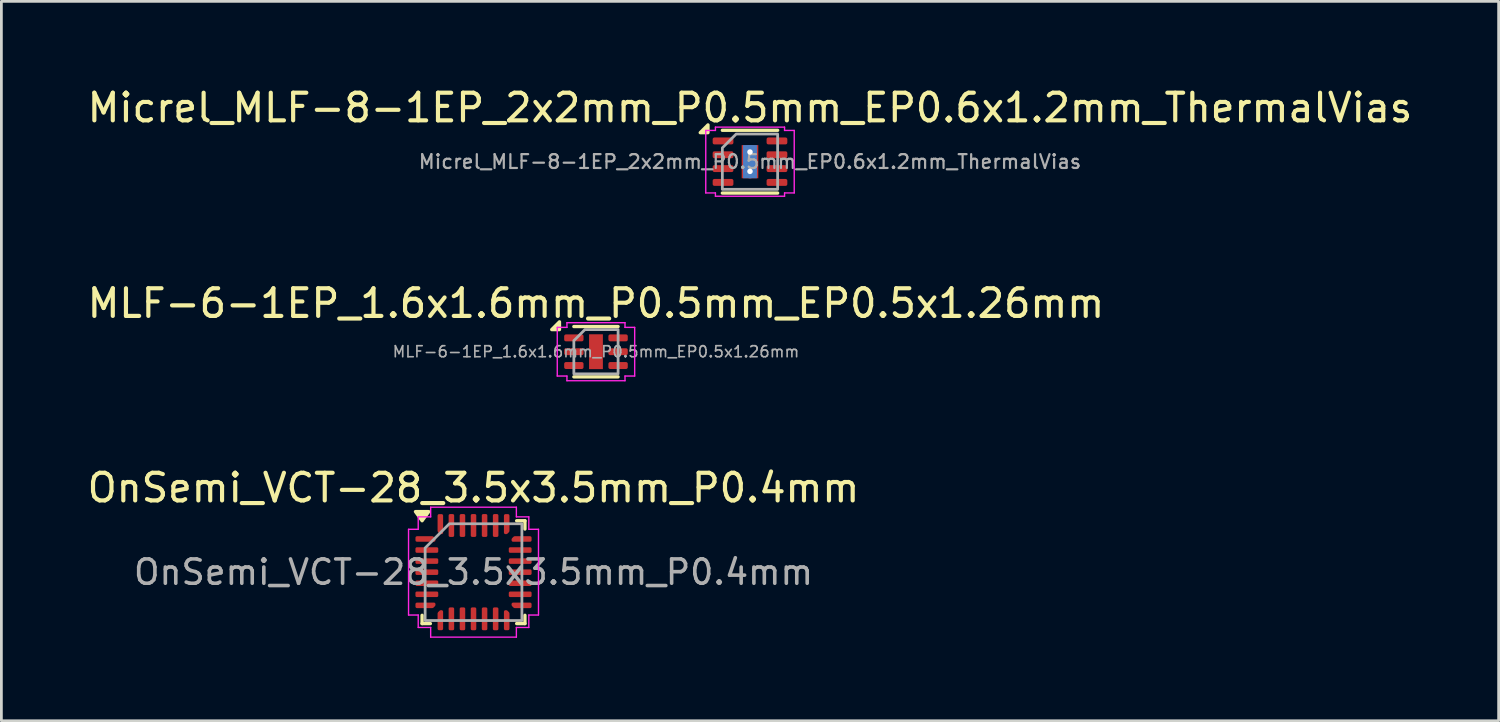
<source format=kicad_pcb>
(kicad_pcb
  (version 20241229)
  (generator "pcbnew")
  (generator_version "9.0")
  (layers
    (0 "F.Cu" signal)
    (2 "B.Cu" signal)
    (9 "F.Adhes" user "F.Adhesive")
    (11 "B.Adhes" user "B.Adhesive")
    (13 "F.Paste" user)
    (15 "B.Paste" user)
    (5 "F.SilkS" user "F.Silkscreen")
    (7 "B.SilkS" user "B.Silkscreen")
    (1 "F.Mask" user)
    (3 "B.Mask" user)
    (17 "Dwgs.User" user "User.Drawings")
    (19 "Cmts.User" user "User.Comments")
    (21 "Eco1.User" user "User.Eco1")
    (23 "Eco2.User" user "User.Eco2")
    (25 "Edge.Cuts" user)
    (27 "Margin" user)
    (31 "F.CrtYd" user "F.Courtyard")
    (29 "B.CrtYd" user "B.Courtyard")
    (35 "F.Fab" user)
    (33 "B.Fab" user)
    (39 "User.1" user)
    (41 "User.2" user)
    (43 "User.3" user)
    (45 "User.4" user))
  (footprint "MLF-6-1EP_1.6x1.6mm_P0.5mm_EP0.5x1.26mm"
    (layer "F.Cu")
    (at 18.506 9.671)
    (property "Reference" "MLF-6-1EP_1.6x1.6mm_P0.5mm_EP0.5x1.26mm" (at 0 -1.75 0) (layer "F.SilkS") (effects (font (size 1 1) (thickness 0.15))))
    (attr smd)
    (fp_line (start -0.8 -0.91) (end 0.8 -0.91) (stroke (width 0.12) (type solid)) (layer "F.SilkS"))
    (fp_line (start -0.8 0.91) (end 0.8 0.91) (stroke (width 0.12) (type solid)) (layer "F.SilkS"))
    (fp_poly (pts (xy -1.32 -0.8) (xy -1.6 -0.8) (xy -1.32 -1.08)) (stroke (width 0.12) (type solid)) (fill yes) (layer "F.SilkS"))
    (fp_line (start -1.4 -0.88) (end -1.05 -0.88) (stroke (width 0.05) (type solid)) (layer "F.CrtYd"))
    (fp_line (start -1.4 0.88) (end -1.4 -0.88) (stroke (width 0.05) (type solid)) (layer "F.CrtYd"))
    (fp_line (start -1.05 -1.05) (end 1.05 -1.05) (stroke (width 0.05) (type solid)) (layer "F.CrtYd"))
    (fp_line (start -1.05 -0.88) (end -1.05 -1.05) (stroke (width 0.05) (type solid)) (layer "F.CrtYd"))
    (fp_line (start -1.05 0.88) (end -1.4 0.88) (stroke (width 0.05) (type solid)) (layer "F.CrtYd"))
    (fp_line (start -1.05 1.05) (end -1.05 0.88) (stroke (width 0.05) (type solid)) (layer "F.CrtYd"))
    (fp_line (start 1.05 -1.05) (end 1.05 -0.88) (stroke (width 0.05) (type solid)) (layer "F.CrtYd"))
    (fp_line (start 1.05 -0.88) (end 1.4 -0.88) (stroke (width 0.05) (type solid)) (layer "F.CrtYd"))
    (fp_line (start 1.05 0.88) (end 1.05 1.05) (stroke (width 0.05) (type solid)) (layer "F.CrtYd"))
    (fp_line (start 1.05 1.05) (end -1.05 1.05) (stroke (width 0.05) (type solid)) (layer "F.CrtYd"))
    (fp_line (start 1.4 -0.88) (end 1.4 0.88) (stroke (width 0.05) (type solid)) (layer "F.CrtYd"))
    (fp_line (start 1.4 0.88) (end 1.05 0.88) (stroke (width 0.05) (type solid)) (layer "F.CrtYd"))
    (fp_poly (pts (xy -0.8 -0.4) (xy -0.8 0.8) (xy 0.8 0.8) (xy 0.8 -0.8) (xy -0.4 -0.8)) (stroke (width 0.1) (type solid)) (fill no) (layer "F.Fab"))
    (fp_text user "${REFERENCE}" (at 0 0 0) (layer "F.Fab") (effects (font (size 0.4 0.4) (thickness 0.06))))
    (pad "" smd roundrect (at 0 -0.315) (size 0.4 0.51) (layers "F.Paste") (roundrect_rratio 0.25))
    (pad "" smd roundrect (at 0 0.315) (size 0.4 0.51) (layers "F.Paste") (roundrect_rratio 0.25))
    (pad "1" smd roundrect (at -0.8 -0.5) (size 0.7 0.25) (layers "F.Cu" "F.Mask" "F.Paste") (roundrect_rratio 0.25))
    (pad "2" smd roundrect (at -0.8 0) (size 0.7 0.25) (layers "F.Cu" "F.Mask" "F.Paste") (roundrect_rratio 0.25))
    (pad "3" smd roundrect (at -0.8 0.5) (size 0.7 0.25) (layers "F.Cu" "F.Mask" "F.Paste") (roundrect_rratio 0.25))
    (pad "4" smd roundrect (at 0.8 0.5) (size 0.7 0.25) (layers "F.Cu" "F.Mask" "F.Paste") (roundrect_rratio 0.25))
    (pad "5" smd roundrect (at 0.8 0) (size 0.7 0.25) (layers "F.Cu" "F.Mask" "F.Paste") (roundrect_rratio 0.25))
    (pad "6" smd roundrect (at 0.8 -0.5) (size 0.7 0.25) (layers "F.Cu" "F.Mask" "F.Paste") (roundrect_rratio 0.25))
    (pad "7" smd rect (at 0 0) (size 0.5 1.26) (property pad_prop_heatsink) (layers "F.Cu" "F.Mask")))
  (footprint "Micrel_MLF-8-1EP_2x2mm_P0.5mm_EP0.6x1.2mm_ThermalVias"
    (layer "F.Cu")
    (at 24.077 2.798)
    (property "Reference" "Micrel_MLF-8-1EP_2x2mm_P0.5mm_EP0.6x1.2mm_ThermalVias" (at 0 -1.95 0) (layer "F.SilkS") (effects (font (size 1 1) (thickness 0.15))))
    (attr smd)
    (fp_line (start -1 -1.135) (end 1 -1.135) (stroke (width 0.12) (type solid)) (layer "F.SilkS"))
    (fp_line (start -1 1.135) (end 1 1.135) (stroke (width 0.12) (type solid)) (layer "F.SilkS"))
    (fp_poly (pts (xy -1.52 -1.05) (xy -1.8 -1.05) (xy -1.52 -1.33)) (stroke (width 0.12) (type solid)) (fill yes) (layer "F.SilkS"))
    (fp_line (start -1.6 -1.13) (end -1.25 -1.13) (stroke (width 0.05) (type solid)) (layer "F.CrtYd"))
    (fp_line (start -1.6 1.13) (end -1.6 -1.13) (stroke (width 0.05) (type solid)) (layer "F.CrtYd"))
    (fp_line (start -1.25 -1.25) (end 1.25 -1.25) (stroke (width 0.05) (type solid)) (layer "F.CrtYd"))
    (fp_line (start -1.25 -1.13) (end -1.25 -1.25) (stroke (width 0.05) (type solid)) (layer "F.CrtYd"))
    (fp_line (start -1.25 1.13) (end -1.6 1.13) (stroke (width 0.05) (type solid)) (layer "F.CrtYd"))
    (fp_line (start -1.25 1.25) (end -1.25 1.13) (stroke (width 0.05) (type solid)) (layer "F.CrtYd"))
    (fp_line (start 1.25 -1.25) (end 1.25 -1.13) (stroke (width 0.05) (type solid)) (layer "F.CrtYd"))
    (fp_line (start 1.25 -1.13) (end 1.6 -1.13) (stroke (width 0.05) (type solid)) (layer "F.CrtYd"))
    (fp_line (start 1.25 1.13) (end 1.25 1.25) (stroke (width 0.05) (type solid)) (layer "F.CrtYd"))
    (fp_line (start 1.25 1.25) (end -1.25 1.25) (stroke (width 0.05) (type solid)) (layer "F.CrtYd"))
    (fp_line (start 1.6 -1.13) (end 1.6 1.13) (stroke (width 0.05) (type solid)) (layer "F.CrtYd"))
    (fp_line (start 1.6 1.13) (end 1.25 1.13) (stroke (width 0.05) (type solid)) (layer "F.CrtYd"))
    (fp_poly (pts (xy -1 -0.5) (xy -1 1) (xy 1 1) (xy 1 -1) (xy -0.5 -1)) (stroke (width 0.1) (type solid)) (fill no) (layer "F.Fab"))
    (fp_text user "${REFERENCE}" (at 0 0 0) (layer "F.Fab") (effects (font (size 0.5 0.5) (thickness 0.08))))
    (pad "" smd roundrect (at -0.15 -0.3) (size 0.24 0.48) (layers "F.Paste") (roundrect_rratio 0.25))
    (pad "" smd roundrect (at -0.15 0.3) (size 0.24 0.48) (layers "F.Paste") (roundrect_rratio 0.25))
    (pad "" smd roundrect (at 0.15 -0.3) (size 0.24 0.48) (layers "F.Paste") (roundrect_rratio 0.25))
    (pad "" smd roundrect (at 0.15 0.3) (size 0.24 0.48) (layers "F.Paste") (roundrect_rratio 0.25))
    (pad "1" smd roundrect (at -0.975 -0.75) (size 0.75 0.25) (layers "F.Cu" "F.Mask" "F.Paste") (roundrect_rratio 0.25))
    (pad "2" smd roundrect (at -0.975 -0.25) (size 0.75 0.25) (layers "F.Cu" "F.Mask" "F.Paste") (roundrect_rratio 0.25))
    (pad "3" smd roundrect (at -0.975 0.25) (size 0.75 0.25) (layers "F.Cu" "F.Mask" "F.Paste") (roundrect_rratio 0.25))
    (pad "4" smd roundrect (at -0.975 0.75) (size 0.75 0.25) (layers "F.Cu" "F.Mask" "F.Paste") (roundrect_rratio 0.25))
    (pad "5" smd roundrect (at 0.975 0.75) (size 0.75 0.25) (layers "F.Cu" "F.Mask" "F.Paste") (roundrect_rratio 0.25))
    (pad "6" smd roundrect (at 0.975 0.25) (size 0.75 0.25) (layers "F.Cu" "F.Mask" "F.Paste") (roundrect_rratio 0.25))
    (pad "7" smd roundrect (at 0.975 -0.25) (size 0.75 0.25) (layers "F.Cu" "F.Mask" "F.Paste") (roundrect_rratio 0.25))
    (pad "8" smd roundrect (at 0.975 -0.75) (size 0.75 0.25) (layers "F.Cu" "F.Mask" "F.Paste") (roundrect_rratio 0.25))
    (pad "9" thru_hole circle (at 0 -0.35) (size 0.5 0.5) (drill 0.2) (property pad_prop_heatsink) (layers "*.Cu"))
    (pad "9" smd rect (at 0 0) (size 0.5 1.2) (property pad_prop_heatsink) (layers "B.Cu"))
    (pad "9" smd rect (at 0 0) (size 0.6 1.2) (property pad_prop_heatsink) (layers "F.Cu" "F.Mask"))
    (pad "9" thru_hole circle (at 0 0.35) (size 0.5 0.5) (drill 0.2) (property pad_prop_heatsink) (layers "*.Cu")))
  (footprint "OnSemi_VCT-28_3.5x3.5mm_P0.4mm"
    (layer "F.Cu")
    (at 14.077 17.645)
    (property "Reference" "OnSemi_VCT-28_3.5x3.5mm_P0.4mm" (at 0 -3.05 0) (layer "F.SilkS") (effects (font (size 1 1) (thickness 0.15))))
    (attr smd)
    (fp_line (start -1.86 1.86) (end -1.86 1.56) (stroke (width 0.12) (type solid)) (layer "F.SilkS"))
    (fp_line (start -1.56 1.86) (end -1.86 1.86) (stroke (width 0.12) (type solid)) (layer "F.SilkS"))
    (fp_line (start 1.56 -1.86) (end 1.86 -1.86) (stroke (width 0.12) (type solid)) (layer "F.SilkS"))
    (fp_line (start 1.56 1.86) (end 1.86 1.86) (stroke (width 0.12) (type solid)) (layer "F.SilkS"))
    (fp_line (start 1.86 -1.86) (end 1.86 -1.56) (stroke (width 0.12) (type solid)) (layer "F.SilkS"))
    (fp_line (start 1.86 1.86) (end 1.86 1.56) (stroke (width 0.12) (type solid)) (layer "F.SilkS"))
    (fp_poly (pts (xy -1.86 -1.86) (xy -2.1 -2.19) (xy -1.62 -2.19)) (stroke (width 0.12) (type solid)) (fill yes) (layer "F.SilkS"))
    (fp_line (start -2.35 -1.55) (end -2 -1.55) (stroke (width 0.05) (type solid)) (layer "F.CrtYd"))
    (fp_line (start -2.35 1.55) (end -2.35 -1.55) (stroke (width 0.05) (type solid)) (layer "F.CrtYd"))
    (fp_line (start -2 -2) (end -1.55 -2) (stroke (width 0.05) (type solid)) (layer "F.CrtYd"))
    (fp_line (start -2 -1.55) (end -2 -2) (stroke (width 0.05) (type solid)) (layer "F.CrtYd"))
    (fp_line (start -2 1.55) (end -2.35 1.55) (stroke (width 0.05) (type solid)) (layer "F.CrtYd"))
    (fp_line (start -2 2) (end -2 1.55) (stroke (width 0.05) (type solid)) (layer "F.CrtYd"))
    (fp_line (start -1.55 -2.35) (end 1.55 -2.35) (stroke (width 0.05) (type solid)) (layer "F.CrtYd"))
    (fp_line (start -1.55 -2) (end -1.55 -2.35) (stroke (width 0.05) (type solid)) (layer "F.CrtYd"))
    (fp_line (start -1.55 2) (end -2 2) (stroke (width 0.05) (type solid)) (layer "F.CrtYd"))
    (fp_line (start -1.55 2.35) (end -1.55 2) (stroke (width 0.05) (type solid)) (layer "F.CrtYd"))
    (fp_line (start 1.55 -2.35) (end 1.55 -2) (stroke (width 0.05) (type solid)) (layer "F.CrtYd"))
    (fp_line (start 1.55 -2) (end 2 -2) (stroke (width 0.05) (type solid)) (layer "F.CrtYd"))
    (fp_line (start 1.55 2) (end 1.55 2.35) (stroke (width 0.05) (type solid)) (layer "F.CrtYd"))
    (fp_line (start 1.55 2.35) (end -1.55 2.35) (stroke (width 0.05) (type solid)) (layer "F.CrtYd"))
    (fp_line (start 2 -2) (end 2 -1.55) (stroke (width 0.05) (type solid)) (layer "F.CrtYd"))
    (fp_line (start 2 -1.55) (end 2.35 -1.55) (stroke (width 0.05) (type solid)) (layer "F.CrtYd"))
    (fp_line (start 2 1.55) (end 2 2) (stroke (width 0.05) (type solid)) (layer "F.CrtYd"))
    (fp_line (start 2 2) (end 1.55 2) (stroke (width 0.05) (type solid)) (layer "F.CrtYd"))
    (fp_line (start 2.35 -1.55) (end 2.35 1.55) (stroke (width 0.05) (type solid)) (layer "F.CrtYd"))
    (fp_line (start 2.35 1.55) (end 2 1.55) (stroke (width 0.05) (type solid)) (layer "F.CrtYd"))
    (fp_poly (pts (xy -1.75 -0.875) (xy -1.75 1.75) (xy 1.75 1.75) (xy 1.75 -1.75) (xy -0.875 -1.75)) (stroke (width 0.1) (type solid)) (fill no) (layer "F.Fab"))
    (fp_text user "${REFERENCE}" (at 0 0 0) (layer "F.Fab") (effects (font (size 0.88 0.88) (thickness 0.13))))
    (pad "1" smd custom (at -1.738 -1.2) (size 0.136 0.136) (layers "F.Cu" "F.Mask" "F.Paste") (options (anchor circle)) (primitives (gr_poly (pts (xy -0.312 -0.05) (xy 0.252 -0.05) (xy 0.312 0.011) (xy 0.312 0.05) (xy -0.312 0.05)) (width 0.1) (fill yes))))
    (pad "2" smd roundrect (at -1.688 -0.8) (size 0.825 0.2) (layers "F.Cu" "F.Mask" "F.Paste") (roundrect_rratio 0.25))
    (pad "3" smd roundrect (at -1.688 -0.4) (size 0.825 0.2) (layers "F.Cu" "F.Mask" "F.Paste") (roundrect_rratio 0.25))
    (pad "4" smd roundrect (at -1.688 0) (size 0.825 0.2) (layers "F.Cu" "F.Mask" "F.Paste") (roundrect_rratio 0.25))
    (pad "5" smd roundrect (at -1.688 0.4) (size 0.825 0.2) (layers "F.Cu" "F.Mask" "F.Paste") (roundrect_rratio 0.25))
    (pad "6" smd roundrect (at -1.688 0.8) (size 0.825 0.2) (layers "F.Cu" "F.Mask" "F.Paste") (roundrect_rratio 0.25))
    (pad "7" smd custom (at -1.738 1.2) (size 0.136 0.136) (layers "F.Cu" "F.Mask" "F.Paste") (options (anchor circle)) (primitives (gr_poly (pts (xy -0.312 -0.05) (xy 0.312 -0.05) (xy 0.312 -0.011) (xy 0.252 0.05) (xy -0.312 0.05)) (width 0.1) (fill yes))))
    (pad "8" smd custom (at -1.2 1.738) (size 0.136 0.136) (layers "F.Cu" "F.Mask" "F.Paste") (options (anchor circle)) (primitives (gr_poly (pts (xy -0.05 -0.252) (xy 0.011 -0.312) (xy 0.05 -0.312) (xy 0.05 0.312) (xy -0.05 0.312)) (width 0.1) (fill yes))))
    (pad "9" smd roundrect (at -0.8 1.688) (size 0.2 0.825) (layers "F.Cu" "F.Mask" "F.Paste") (roundrect_rratio 0.25))
    (pad "10" smd roundrect (at -0.4 1.688) (size 0.2 0.825) (layers "F.Cu" "F.Mask" "F.Paste") (roundrect_rratio 0.25))
    (pad "11" smd roundrect (at 0 1.688) (size 0.2 0.825) (layers "F.Cu" "F.Mask" "F.Paste") (roundrect_rratio 0.25))
    (pad "12" smd roundrect (at 0.4 1.688) (size 0.2 0.825) (layers "F.Cu" "F.Mask" "F.Paste") (roundrect_rratio 0.25))
    (pad "13" smd roundrect (at 0.8 1.688) (size 0.2 0.825) (layers "F.Cu" "F.Mask" "F.Paste") (roundrect_rratio 0.25))
    (pad "14" smd custom (at 1.2 1.738) (size 0.136 0.136) (layers "F.Cu" "F.Mask" "F.Paste") (options (anchor circle)) (primitives (gr_poly (pts (xy -0.05 -0.312) (xy -0.011 -0.312) (xy 0.05 -0.252) (xy 0.05 0.312) (xy -0.05 0.312)) (width 0.1) (fill yes))))
    (pad "15" smd custom (at 1.738 1.2) (size 0.136 0.136) (layers "F.Cu" "F.Mask" "F.Paste") (options (anchor circle)) (primitives (gr_poly (pts (xy -0.312 -0.05) (xy 0.312 -0.05) (xy 0.312 0.05) (xy -0.252 0.05) (xy -0.312 -0.011)) (width 0.1) (fill yes))))
    (pad "16" smd roundrect (at 1.688 0.8) (size 0.825 0.2) (layers "F.Cu" "F.Mask" "F.Paste") (roundrect_rratio 0.25))
    (pad "17" smd roundrect (at 1.688 0.4) (size 0.825 0.2) (layers "F.Cu" "F.Mask" "F.Paste") (roundrect_rratio 0.25))
    (pad "18" smd roundrect (at 1.688 0) (size 0.825 0.2) (layers "F.Cu" "F.Mask" "F.Paste") (roundrect_rratio 0.25))
    (pad "19" smd roundrect (at 1.688 -0.4) (size 0.825 0.2) (layers "F.Cu" "F.Mask" "F.Paste") (roundrect_rratio 0.25))
    (pad "20" smd roundrect (at 1.688 -0.8) (size 0.825 0.2) (layers "F.Cu" "F.Mask" "F.Paste") (roundrect_rratio 0.25))
    (pad "21" smd custom (at 1.738 -1.2) (size 0.136 0.136) (layers "F.Cu" "F.Mask" "F.Paste") (options (anchor circle)) (primitives (gr_poly (pts (xy -0.312 0.011) (xy -0.252 -0.05) (xy 0.312 -0.05) (xy 0.312 0.05) (xy -0.312 0.05)) (width 0.1) (fill yes))))
    (pad "22" smd custom (at 1.2 -1.738) (size 0.136 0.136) (layers "F.Cu" "F.Mask" "F.Paste") (options (anchor circle)) (primitives (gr_poly (pts (xy -0.05 -0.312) (xy 0.05 -0.312) (xy 0.05 0.252) (xy -0.011 0.312) (xy -0.05 0.312)) (width 0.1) (fill yes))))
    (pad "23" smd roundrect (at 0.8 -1.688) (size 0.2 0.825) (layers "F.Cu" "F.Mask" "F.Paste") (roundrect_rratio 0.25))
    (pad "24" smd roundrect (at 0.4 -1.688) (size 0.2 0.825) (layers "F.Cu" "F.Mask" "F.Paste") (roundrect_rratio 0.25))
    (pad "25" smd roundrect (at 0 -1.688) (size 0.2 0.825) (layers "F.Cu" "F.Mask" "F.Paste") (roundrect_rratio 0.25))
    (pad "26" smd roundrect (at -0.4 -1.688) (size 0.2 0.825) (layers "F.Cu" "F.Mask" "F.Paste") (roundrect_rratio 0.25))
    (pad "27" smd roundrect (at -0.8 -1.688) (size 0.2 0.825) (layers "F.Cu" "F.Mask" "F.Paste") (roundrect_rratio 0.25))
    (pad "28" smd custom (at -1.2 -1.738) (size 0.136 0.136) (layers "F.Cu" "F.Mask" "F.Paste") (options (anchor circle)) (primitives (gr_poly (pts (xy -0.05 -0.312) (xy 0.05 -0.312) (xy 0.05 0.312) (xy 0.011 0.312) (xy -0.05 0.252)) (width 0.1) (fill yes)))))
  (gr_rect
    (start -3 -3)
    (end 51.155 23.02)
    (stroke (width 0.1) (type default))
    (fill no)
    (layer "Edge.Cuts")))
</source>
